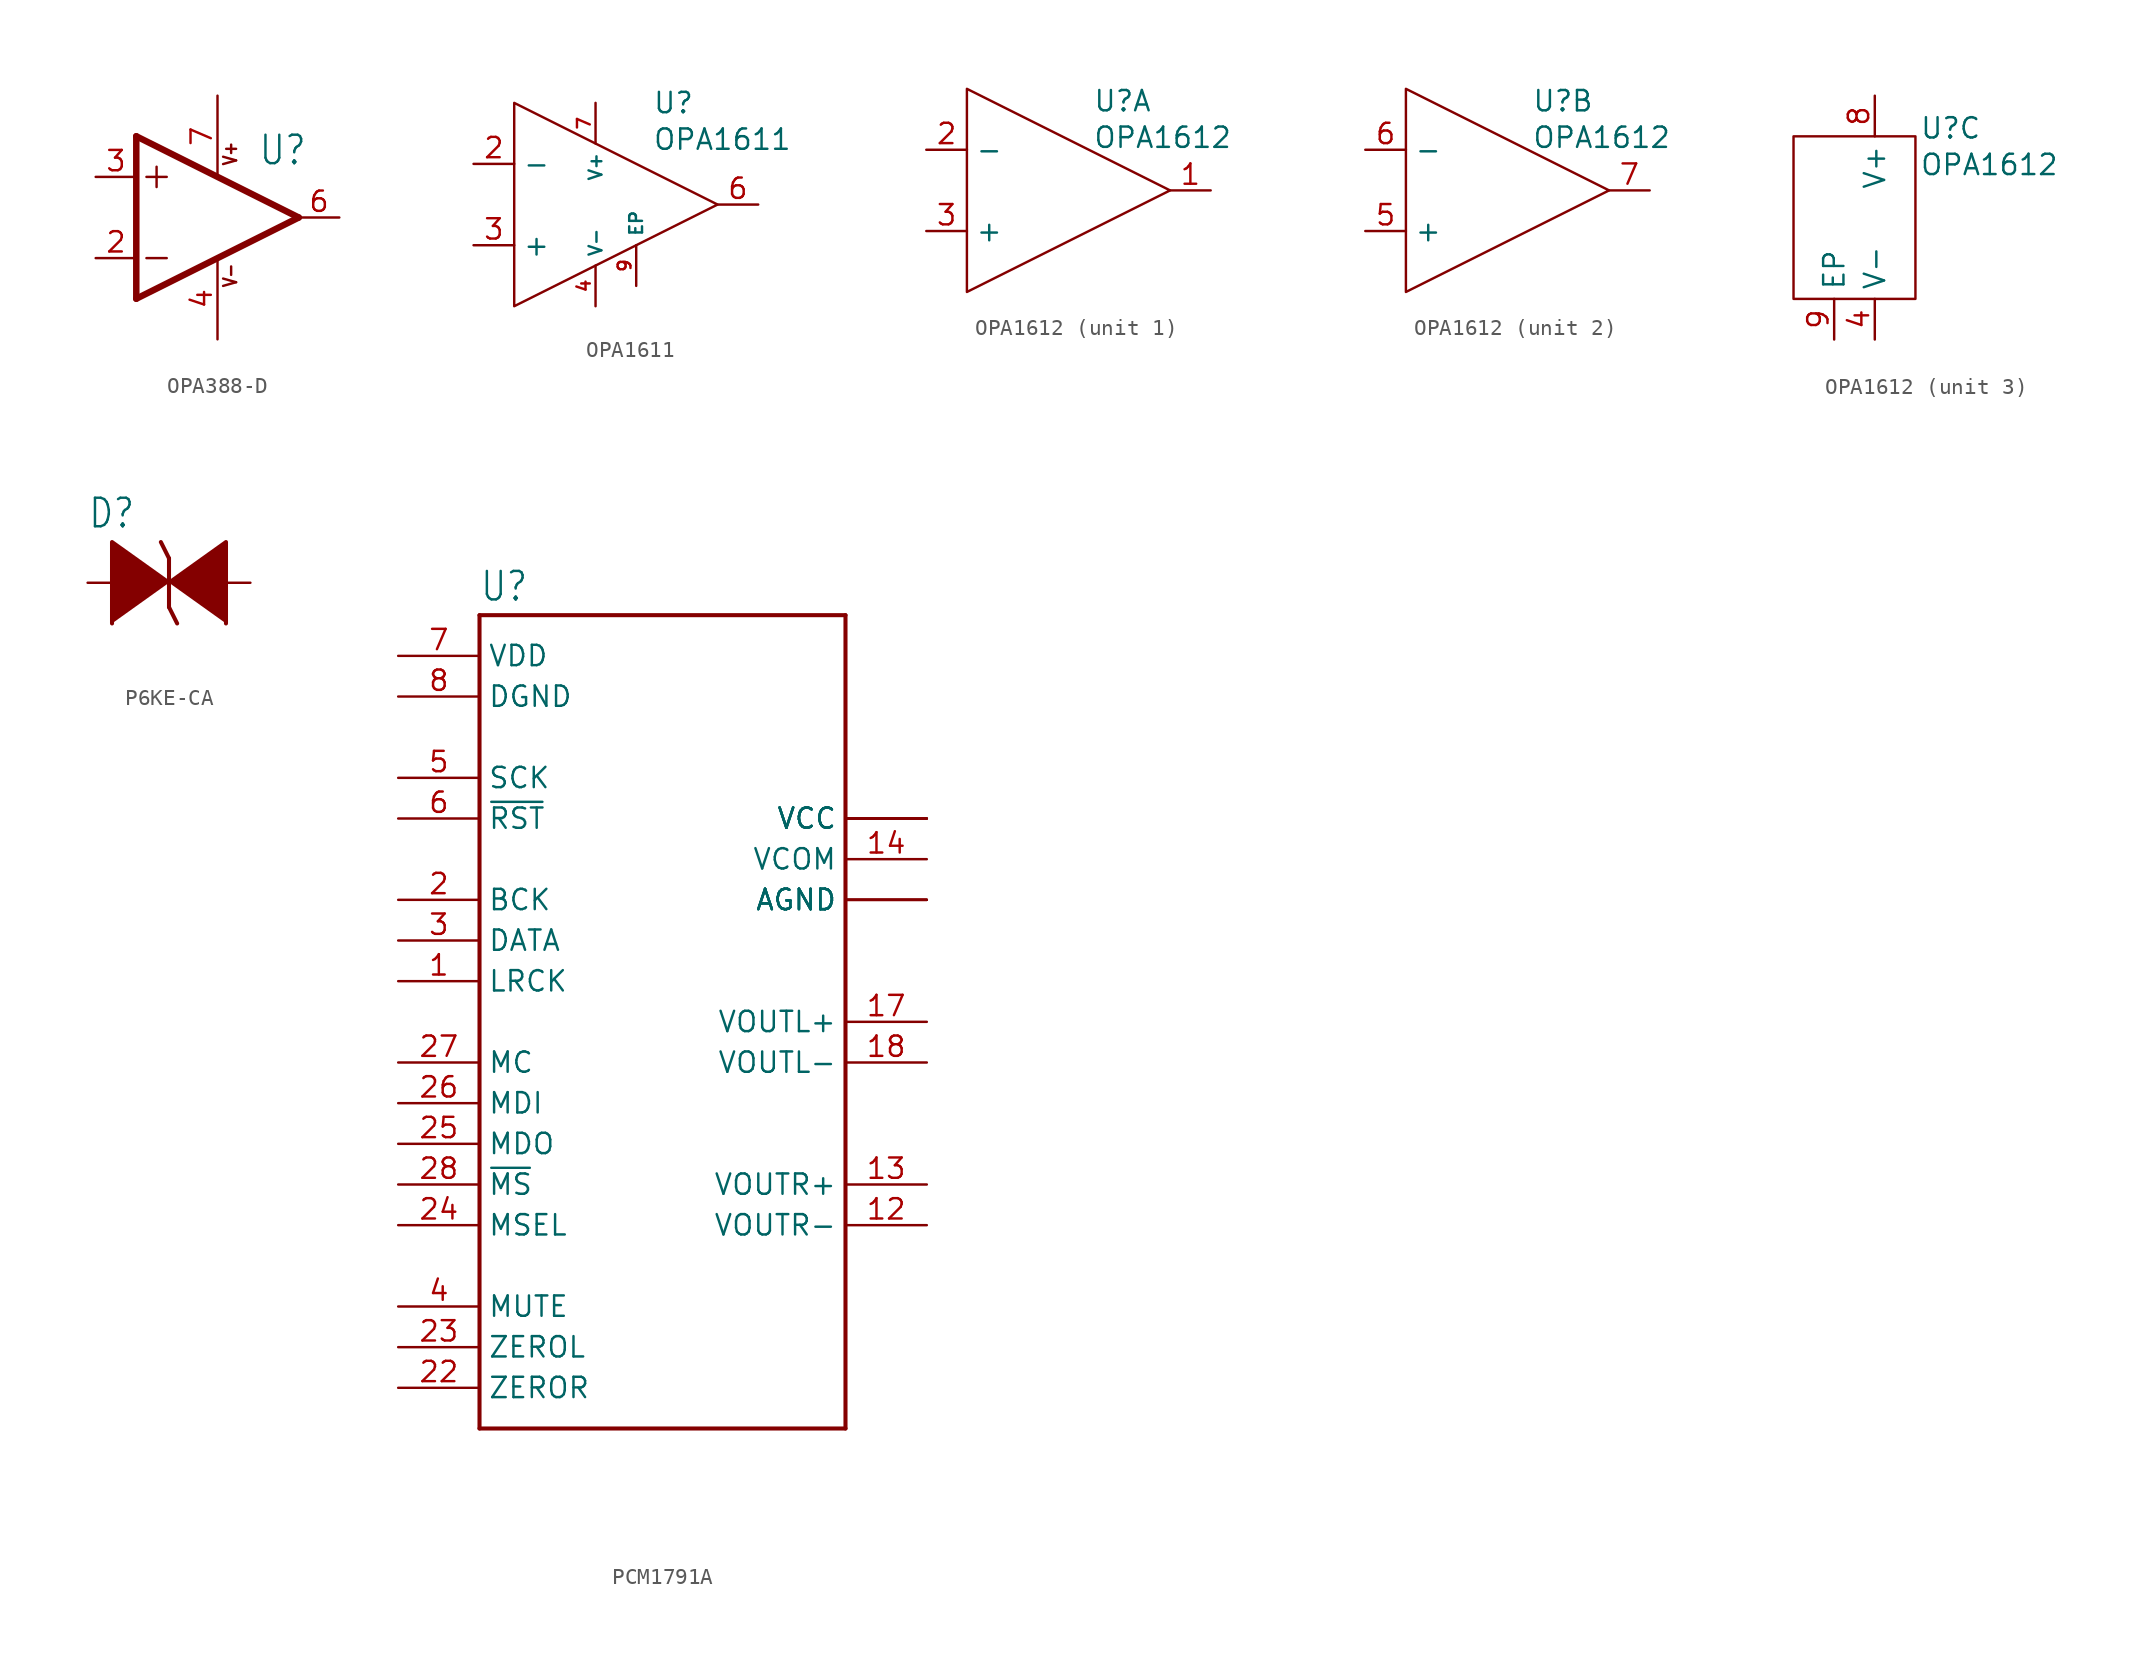
<source format=kicad_sym>
(kicad_symbol_lib
  (version 20231120)
  (generator "kicad_symbol_editor")
  (generator_version "8.0")
  (symbol "OPA388-D"
    (property "Reference" "U"
      (at 2.54 3.175 0)
      (effects (font (size 1.778 1.511)) (justify left bottom)))
    (property "Value" ""
      (at 2.54 -5.08 0)
      (effects (font (size 1.778 1.511)) (justify left bottom)))
    (property "ki_locked" ""
      (at 0 0 0)
      (effects (font (size 1.27 1.27))))
    (symbol "OPA388-D_1_0"
      (polyline (pts (xy -5.08 -5.08) (xy 5.08 0)) (stroke (width 0.406) (type solid)) (fill (type none)))
      (polyline (pts (xy -5.08 5.08) (xy -5.08 -5.08)) (stroke (width 0.406) (type solid)) (fill (type none)))
      (polyline (pts (xy -4.445 -2.54) (xy -3.175 -2.54)) (stroke (width 0.152) (type solid)) (fill (type none)))
      (polyline (pts (xy -4.445 2.54) (xy -3.175 2.54)) (stroke (width 0.152) (type solid)) (fill (type none)))
      (polyline (pts (xy -3.81 3.175) (xy -3.81 1.905)) (stroke (width 0.152) (type solid)) (fill (type none)))
      (polyline (pts (xy 5.08 0) (xy -5.08 5.08)) (stroke (width 0.406) (type solid)) (fill (type none)))
      (text "V+" (at 1.27 3.175 900) (effects (font (size 0.813 0.691)) (justify left bottom)))
      (text "V-" (at 1.27 -4.445 900) (effects (font (size 0.813 0.691)) (justify left bottom)))
      (pin input line (at -7.62 -2.54 0) (length 2.54) (name "-IN" (effects (font (size 0 0)))) (number "2" (effects (font (size 1.27 1.27)))))
      (pin input line (at -7.62 2.54 0) (length 2.54) (name "+IN" (effects (font (size 0 0)))) (number "3" (effects (font (size 1.27 1.27)))))
      (pin power_in line (at 0 -7.62 90) (length 5.08) (name "V-" (effects (font (size 0 0)))) (number "4" (effects (font (size 1.27 1.27)))))
      (pin output line (at 7.62 0 180) (length 2.54) (name "OUT" (effects (font (size 0 0)))) (number "6" (effects (font (size 1.27 1.27)))))
      (pin power_in line (at 0 7.62 270) (length 5.08) (name "V+" (effects (font (size 0 0)))) (number "7" (effects (font (size 1.27 1.27)))))))
  (symbol "OPA1611"
    (property "Reference" "U"
      (at 2.286 6.35 0)
      (effects (font (size 1.27 1.27)) (justify left)))
    (property "Value" "OPA1611"
      (at 2.286 4.064 0)
      (effects (font (size 1.27 1.27)) (justify left)))
    (symbol "OPA1611_0_0"
      (pin input line (at -8.89 2.54 0) (length 2.54) (name "-" (effects (font (size 1.27 1.27)))) (number "2" (effects (font (size 1.27 1.27)))))
      (pin input line (at -8.89 -2.54 0) (length 2.54) (name "+" (effects (font (size 1.27 1.27)))) (number "3" (effects (font (size 1.27 1.27)))))
      (pin power_in line (at -1.27 -6.35 90) (length 2.54) (name "V-" (effects (font (size 0.8 0.8)))) (number "4" (effects (font (size 0.8 0.8)))))
      (pin output line (at 8.89 0 180) (length 2.54) (name "" (effects (font (size 1.27 1.27)))) (number "6" (effects (font (size 1.27 1.27)))))
      (pin power_in line (at -1.27 6.35 270) (length 2.54) (name "V+" (effects (font (size 0.8 0.8)))) (number "7" (effects (font (size 0.8 0.8)))))
      (pin passive line (at 1.27 -5.08 90) (length 2.54) (name "EP" (effects (font (size 0.8 0.8)))) (number "9" (effects (font (size 0.8 0.8))))))
    (symbol "OPA1611_0_1"
      (polyline (pts (xy -6.35 6.35) (xy -6.35 -6.35) (xy 6.35 0) (xy -6.35 6.35)) (stroke (width 0) (type default)) (fill (type none)))))
  (symbol "OPA1612"
    (property "Reference" "U"
      (at 2.794 5.588 0)
      (effects (font (size 1.27 1.27)) (justify left)))
    (property "Value" "OPA1612"
      (at 2.794 3.302 0)
      (effects (font (size 1.27 1.27)) (justify left)))
    (property "ki_locked" ""
      (at 0 0 0)
      (effects (font (size 1.27 1.27))))
    (symbol "OPA1612_1_0"
      (pin output line (at 10.16 0 180) (length 2.54) (name "" (effects (font (size 1.27 1.27)))) (number "1" (effects (font (size 1.27 1.27)))))
      (pin input line (at -7.62 2.54 0) (length 2.54) (name "-" (effects (font (size 1.27 1.27)))) (number "2" (effects (font (size 1.27 1.27)))))
      (pin input line (at -7.62 -2.54 0) (length 2.54) (name "+" (effects (font (size 1.27 1.27)))) (number "3" (effects (font (size 1.27 1.27))))))
    (symbol "OPA1612_1_1"
      (polyline (pts (xy -5.08 6.35) (xy -5.08 -6.35) (xy 7.62 0) (xy -5.08 6.35)) (stroke (width 0) (type default)) (fill (type none))))
    (symbol "OPA1612_2_0"
      (pin input line (at -7.62 -2.54 0) (length 2.54) (name "+" (effects (font (size 1.27 1.27)))) (number "5" (effects (font (size 1.27 1.27)))))
      (pin input line (at -7.62 2.54 0) (length 2.54) (name "-" (effects (font (size 1.27 1.27)))) (number "6" (effects (font (size 1.27 1.27)))))
      (pin output line (at 10.16 0 180) (length 2.54) (name "" (effects (font (size 1.27 1.27)))) (number "7" (effects (font (size 1.27 1.27))))))
    (symbol "OPA1612_2_1"
      (polyline (pts (xy -5.08 6.35) (xy -5.08 -6.35) (xy 7.62 0) (xy -5.08 6.35)) (stroke (width 0) (type default)) (fill (type none))))
    (symbol "OPA1612_3_0"
      (pin power_in line (at 0 -7.62 90) (length 2.54) (name "V-" (effects (font (size 1.27 1.27)))) (number "4" (effects (font (size 1.27 1.27)))))
      (pin power_in line (at 0 7.62 270) (length 2.54) (name "V+" (effects (font (size 1.27 1.27)))) (number "8" (effects (font (size 1.27 1.27)))))
      (pin passive line (at -2.54 -7.62 90) (length 2.54) (name "EP" (effects (font (size 1.27 1.27)))) (number "9" (effects (font (size 1.27 1.27))))))
    (symbol "OPA1612_3_1"
      (rectangle (start -5.08 5.08) (end 2.54 -5.08) (stroke (width 0) (type default)) (fill (type none)))))
  (symbol "P6KE-CA"
    (property "Reference" "D"
      (at -5.08 3.302 0)
      (effects (font (size 1.778 1.511)) (justify left bottom)))
    (property "Value" ""
      (at -5.08 -5.08 0)
      (effects (font (size 1.778 1.511)) (justify left bottom)))
    (property "ki_locked" ""
      (at 0 0 0)
      (effects (font (size 1.27 1.27))))
    (symbol "P6KE-CA_1_0"
      (polyline (pts (xy 0 -1.524) (xy 0.508 -2.54)) (stroke (width 0.254) (type solid)) (fill (type none)))
      (polyline (pts (xy 0 1.524) (xy -0.508 2.54)) (stroke (width 0.254) (type solid)) (fill (type none)))
      (polyline (pts (xy 0 1.524) (xy 0 -1.524)) (stroke (width 0.254) (type solid)) (fill (type none)))
      (polyline (pts (xy 0 0) (xy -3.556 2.54) (xy -3.556 -2.54)) (stroke (width 0.254) (type solid)) (fill (type outline)))
      (polyline (pts (xy 0 0) (xy 3.556 2.54) (xy 3.556 -2.54)) (stroke (width 0.254) (type solid)) (fill (type outline)))
      (pin passive line (at -5.08 0 0) (length 2.54) (name "1" (effects (font (size 0 0)))) (number "1" (effects (font (size 0 0)))))
      (pin passive line (at 5.08 0 180) (length 2.54) (name "2" (effects (font (size 0 0)))) (number "2" (effects (font (size 0 0)))))))
  (symbol "PCM1791A"
    (property "Reference" "U"
      (at -10.16 26.162 0)
      (effects (font (size 1.778 1.511)) (justify left bottom)))
    (property "Value" ""
      (at -10.16 -27.94 0)
      (effects (font (size 1.778 1.511)) (justify left bottom)))
    (property "ki_locked" ""
      (at 0 0 0)
      (effects (font (size 1.27 1.27))))
    (symbol "PCM1791A_1_0"
      (polyline (pts (xy -10.16 -25.4) (xy -10.16 25.4)) (stroke (width 0.254) (type solid)) (fill (type none)))
      (polyline (pts (xy -10.16 25.4) (xy 12.7 25.4)) (stroke (width 0.254) (type solid)) (fill (type none)))
      (polyline (pts (xy 12.7 -25.4) (xy -10.16 -25.4)) (stroke (width 0.254) (type solid)) (fill (type none)))
      (polyline (pts (xy 12.7 25.4) (xy 12.7 -25.4)) (stroke (width 0.254) (type solid)) (fill (type none)))
      (pin bidirectional line (at -15.24 2.54 0) (length 5.08) (name "LRCK" (effects (font (size 1.27 1.27)))) (number "1" (effects (font (size 1.27 1.27)))))
      (pin bidirectional line (at 17.78 12.7 180) (length 5.08) (name "VCC" (effects (font (size 1.27 1.27)))) (number "10" (effects (font (size 0 0)))))
      (pin bidirectional line (at 17.78 7.62 180) (length 5.08) (name "AGND" (effects (font (size 1.27 1.27)))) (number "11" (effects (font (size 0 0)))))
      (pin bidirectional line (at 17.78 -12.7 180) (length 5.08) (name "VOUTR-" (effects (font (size 1.27 1.27)))) (number "12" (effects (font (size 1.27 1.27)))))
      (pin bidirectional line (at 17.78 -10.16 180) (length 5.08) (name "VOUTR+" (effects (font (size 1.27 1.27)))) (number "13" (effects (font (size 1.27 1.27)))))
      (pin bidirectional line (at 17.78 10.16 180) (length 5.08) (name "VCOM" (effects (font (size 1.27 1.27)))) (number "14" (effects (font (size 1.27 1.27)))))
      (pin bidirectional line (at 17.78 12.7 180) (length 5.08) (name "VCC" (effects (font (size 1.27 1.27)))) (number "15" (effects (font (size 0 0)))))
      (pin bidirectional line (at 17.78 7.62 180) (length 5.08) (name "AGND" (effects (font (size 1.27 1.27)))) (number "16" (effects (font (size 0 0)))))
      (pin bidirectional line (at 17.78 0 180) (length 5.08) (name "VOUTL+" (effects (font (size 1.27 1.27)))) (number "17" (effects (font (size 1.27 1.27)))))
      (pin bidirectional line (at 17.78 -2.54 180) (length 5.08) (name "VOUTL-" (effects (font (size 1.27 1.27)))) (number "18" (effects (font (size 1.27 1.27)))))
      (pin bidirectional line (at 17.78 7.62 180) (length 5.08) (name "AGND" (effects (font (size 1.27 1.27)))) (number "19" (effects (font (size 0 0)))))
      (pin bidirectional line (at -15.24 7.62 0) (length 5.08) (name "BCK" (effects (font (size 1.27 1.27)))) (number "2" (effects (font (size 1.27 1.27)))))
      (pin bidirectional line (at 17.78 12.7 180) (length 5.08) (name "VCC" (effects (font (size 1.27 1.27)))) (number "20" (effects (font (size 0 0)))))
      (pin bidirectional line (at 17.78 12.7 180) (length 5.08) (name "VCC" (effects (font (size 1.27 1.27)))) (number "21" (effects (font (size 0 0)))))
      (pin bidirectional line (at -15.24 -22.86 0) (length 5.08) (name "ZEROR" (effects (font (size 1.27 1.27)))) (number "22" (effects (font (size 1.27 1.27)))))
      (pin bidirectional line (at -15.24 -20.32 0) (length 5.08) (name "ZEROL" (effects (font (size 1.27 1.27)))) (number "23" (effects (font (size 1.27 1.27)))))
      (pin bidirectional line (at -15.24 -12.7 0) (length 5.08) (name "MSEL" (effects (font (size 1.27 1.27)))) (number "24" (effects (font (size 1.27 1.27)))))
      (pin bidirectional line (at -15.24 -7.62 0) (length 5.08) (name "MDO" (effects (font (size 1.27 1.27)))) (number "25" (effects (font (size 1.27 1.27)))))
      (pin bidirectional line (at -15.24 -5.08 0) (length 5.08) (name "MDI" (effects (font (size 1.27 1.27)))) (number "26" (effects (font (size 1.27 1.27)))))
      (pin bidirectional line (at -15.24 -2.54 0) (length 5.08) (name "MC" (effects (font (size 1.27 1.27)))) (number "27" (effects (font (size 1.27 1.27)))))
      (pin bidirectional line (at -15.24 -10.16 0) (length 5.08) (name "~{MS}" (effects (font (size 1.27 1.27)))) (number "28" (effects (font (size 1.27 1.27)))))
      (pin bidirectional line (at -15.24 5.08 0) (length 5.08) (name "DATA" (effects (font (size 1.27 1.27)))) (number "3" (effects (font (size 1.27 1.27)))))
      (pin bidirectional line (at -15.24 -17.78 0) (length 5.08) (name "MUTE" (effects (font (size 1.27 1.27)))) (number "4" (effects (font (size 1.27 1.27)))))
      (pin bidirectional line (at -15.24 15.24 0) (length 5.08) (name "SCK" (effects (font (size 1.27 1.27)))) (number "5" (effects (font (size 1.27 1.27)))))
      (pin bidirectional line (at -15.24 12.7 0) (length 5.08) (name "~{RST}" (effects (font (size 1.27 1.27)))) (number "6" (effects (font (size 1.27 1.27)))))
      (pin bidirectional line (at -15.24 22.86 0) (length 5.08) (name "VDD" (effects (font (size 1.27 1.27)))) (number "7" (effects (font (size 1.27 1.27)))))
      (pin bidirectional line (at -15.24 20.32 0) (length 5.08) (name "DGND" (effects (font (size 1.27 1.27)))) (number "8" (effects (font (size 1.27 1.27)))))
      (pin bidirectional line (at 17.78 7.62 180) (length 5.08) (name "AGND" (effects (font (size 1.27 1.27)))) (number "9" (effects (font (size 0 0))))))))
</source>
